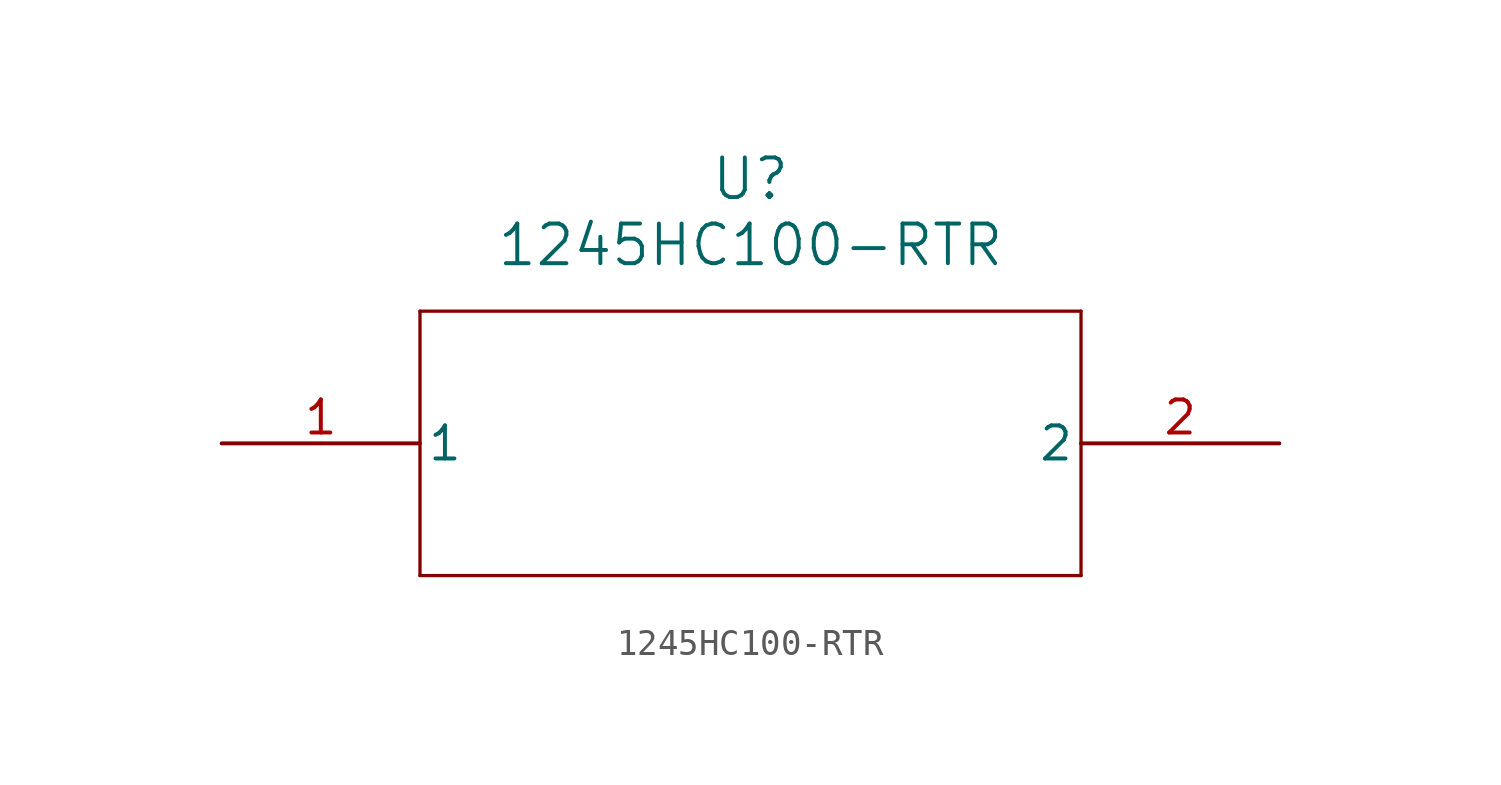
<source format=kicad_sym>
(kicad_symbol_lib
  (version 20211014)
  (generator kicad_symbol_editor)
  (symbol "1245HC100-RTR"
    (pin_names
      (offset 0.254))
    (property "Reference" "U"
      (at 20.32 10.16 0)
      (effects (font (size 1.524 1.524))))
    (property "Value" "1245HC100-RTR"
      (at 20.32 7.62 0)
      (effects (font (size 1.524 1.524))))
    (symbol "1245HC100-RTR_0_1"
      (polyline (pts (xy 7.62 5.08) (xy 7.62 -5.08)) (stroke (width 0.127) (type default) (color 0 0 0 0)) (fill (type none)))
      (polyline (pts (xy 7.62 -5.08) (xy 33.02 -5.08)) (stroke (width 0.127) (type default) (color 0 0 0 0)) (fill (type none)))
      (polyline (pts (xy 33.02 -5.08) (xy 33.02 5.08)) (stroke (width 0.127) (type default) (color 0 0 0 0)) (fill (type none)))
      (polyline (pts (xy 33.02 5.08) (xy 7.62 5.08)) (stroke (width 0.127) (type default) (color 0 0 0 0)) (fill (type none)))
      (pin unspecified line (at 0 0 0) (length 7.62) (name "1" (effects (font (size 1.27 1.27)))) (number "1" (effects (font (size 1.27 1.27)))))
      (pin unspecified line (at 40.64 0 180) (length 7.62) (name "2" (effects (font (size 1.27 1.27)))) (number "2" (effects (font (size 1.27 1.27))))))))
</source>
